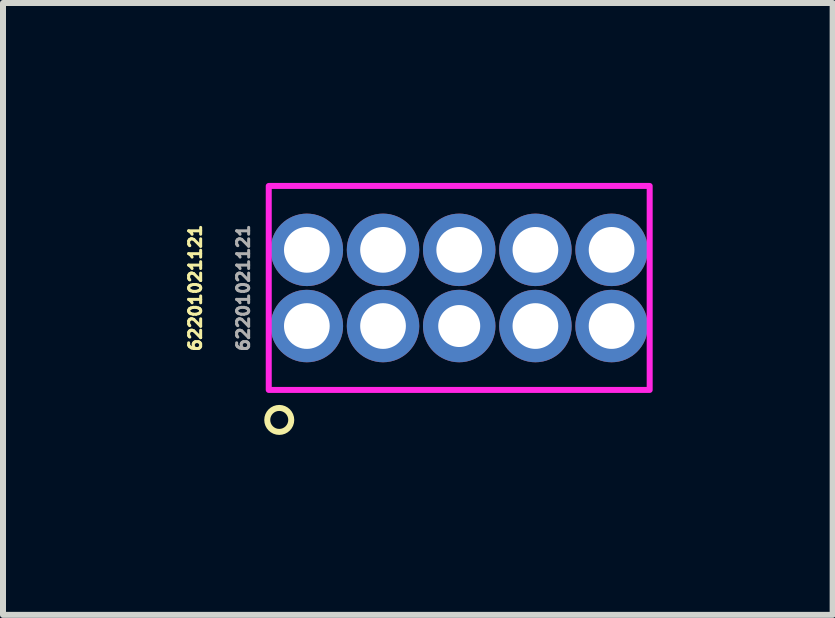
<source format=kicad_pcb>
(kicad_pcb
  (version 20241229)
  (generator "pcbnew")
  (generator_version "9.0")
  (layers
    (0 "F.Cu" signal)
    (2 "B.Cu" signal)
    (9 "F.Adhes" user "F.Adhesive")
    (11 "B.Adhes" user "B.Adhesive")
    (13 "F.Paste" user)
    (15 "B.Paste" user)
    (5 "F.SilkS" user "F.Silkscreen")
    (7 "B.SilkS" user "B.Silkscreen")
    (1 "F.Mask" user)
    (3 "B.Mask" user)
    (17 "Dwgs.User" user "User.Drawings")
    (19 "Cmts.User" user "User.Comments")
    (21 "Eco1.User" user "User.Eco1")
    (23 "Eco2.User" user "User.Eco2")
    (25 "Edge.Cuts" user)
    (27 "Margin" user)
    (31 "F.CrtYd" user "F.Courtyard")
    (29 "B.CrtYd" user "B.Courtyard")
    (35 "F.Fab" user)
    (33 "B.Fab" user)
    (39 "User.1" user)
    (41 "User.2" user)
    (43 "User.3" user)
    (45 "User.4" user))
  (footprint "62201021121"
    (layer "F.Cu")
    (at 4.605 1.781)
    (property "Reference" "62201021121" (at -4.4 -0.031 90) (unlocked yes) (layer "F.SilkS") (effects (font (size 0.2 0.2) (thickness 0.05))))
    (attr through_hole)
    (fp_circle (center -3 2.169) (end -3.2 2.169) (stroke (width 0.1) (type default)) (fill no) (layer "F.SilkS"))
    (fp_rect (start -3.175 1.669) (end 3.175 -1.731) (stroke (width 0.1) (type solid)) (fill no) (layer "F.CrtYd"))
    (fp_text user "${REFERENCE}" (at -3.6 -0.031 90) (unlocked yes) (layer "F.Fab") (effects (font (size 0.2 0.2) (thickness 0.05))))
    (pad "1" thru_hole circle (at -2.54 0.604 90) (size 1.208 1.208) (drill 0.762) (layers "*.Cu" "*.Mask"))
    (pad "2" thru_hole circle (at -2.54 -0.666 90) (size 1.208 1.208) (drill 0.762) (layers "*.Cu" "*.Mask"))
    (pad "3" thru_hole circle (at -1.27 0.604 90) (size 1.208 1.208) (drill 0.762) (layers "*.Cu" "*.Mask"))
    (pad "4" thru_hole circle (at -1.27 -0.666 90) (size 1.208 1.208) (drill 0.762) (layers "*.Cu" "*.Mask"))
    (pad "5" thru_hole circle (at 0 0.604 90) (size 1.208 1.208) (drill 0.7) (layers "*.Cu" "*.Mask"))
    (pad "6" thru_hole circle (at 0 -0.666 90) (size 1.208 1.208) (drill 0.762) (layers "*.Cu" "*.Mask"))
    (pad "7" thru_hole circle (at 1.27 0.604 90) (size 1.208 1.208) (drill 0.762) (layers "*.Cu" "*.Mask"))
    (pad "8" thru_hole circle (at 1.27 -0.666 90) (size 1.208 1.208) (drill 0.762) (layers "*.Cu" "*.Mask"))
    (pad "9" thru_hole circle (at 2.54 0.604 90) (size 1.208 1.208) (drill 0.762) (layers "*.Cu" "*.Mask"))
    (pad "10" thru_hole circle (at 2.54 -0.666 90) (size 1.208 1.208) (drill 0.762) (layers "*.Cu" "*.Mask")))
  (gr_rect
    (start -3 -3)
    (end 10.83 7.2)
    (stroke (width 0.1) (type default))
    (fill no)
    (layer "Edge.Cuts")))
</source>
